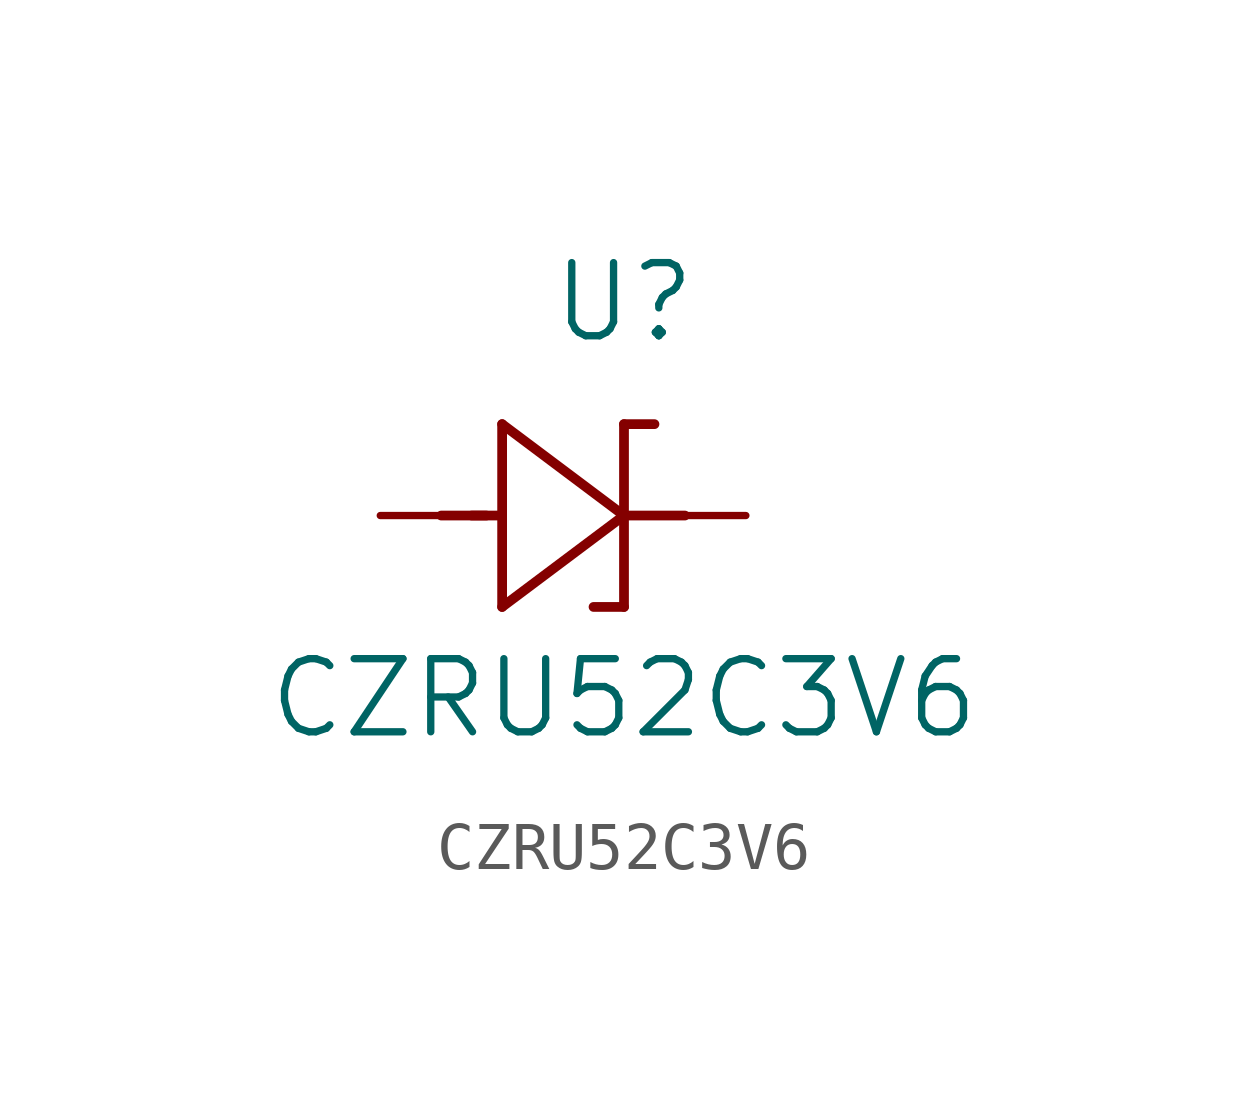
<source format=kicad_sym>
(kicad_symbol_lib
  (version 20241209)
  (generator "kicad_symbol_editor")
  (generator_version "9.0")
  (symbol "CZRU52C3V6"
    (pin_numbers
      (hide yes))
    (pin_names
      (offset 0.254)
      (hide yes))
    (property "Reference" "U"
      (at 5.08 4.445 0)
      (effects (font (size 1.524 1.524))))
    (property "Value" "CZRU52C3V6"
      (at 5.08 -3.81 0)
      (effects (font (size 1.524 1.524))))
    (symbol "CZRU52C3V6_0_1"
      (polyline (pts (xy 1.27 0) (xy 2.21 0)) (stroke (width 0.203) (type default)) (fill (type none)))
      (polyline (pts (xy 1.905 0) (xy 2.54 0)) (stroke (width 0.203) (type default)) (fill (type none)))
      (polyline (pts (xy 2.54 1.905) (xy 2.54 -1.905)) (stroke (width 0.203) (type default)) (fill (type none)))
      (polyline (pts (xy 2.54 -1.905) (xy 5.08 0)) (stroke (width 0.203) (type default)) (fill (type none)))
      (polyline (pts (xy 5.08 1.905) (xy 5.715 1.905)) (stroke (width 0.203) (type default)) (fill (type none)))
      (polyline (pts (xy 5.08 0) (xy 2.54 1.905)) (stroke (width 0.203) (type default)) (fill (type none)))
      (polyline (pts (xy 5.08 0) (xy 6.35 0)) (stroke (width 0.203) (type default)) (fill (type none)))
      (polyline (pts (xy 5.08 -1.905) (xy 4.445 -1.905)) (stroke (width 0.203) (type default)) (fill (type none)))
      (polyline (pts (xy 5.08 -1.905) (xy 5.08 1.905)) (stroke (width 0.203) (type default)) (fill (type none)))
      (pin unspecified line (at 0 0 0) (length 1.27) (name "" (effects (font (size 1.27 1.27)))) (number "2" (effects (font (size 1.27 1.27)))))
      (pin unspecified line (at 7.62 0 180) (length 1.27) (name "" (effects (font (size 1.27 1.27)))) (number "1" (effects (font (size 1.27 1.27))))))))
</source>
